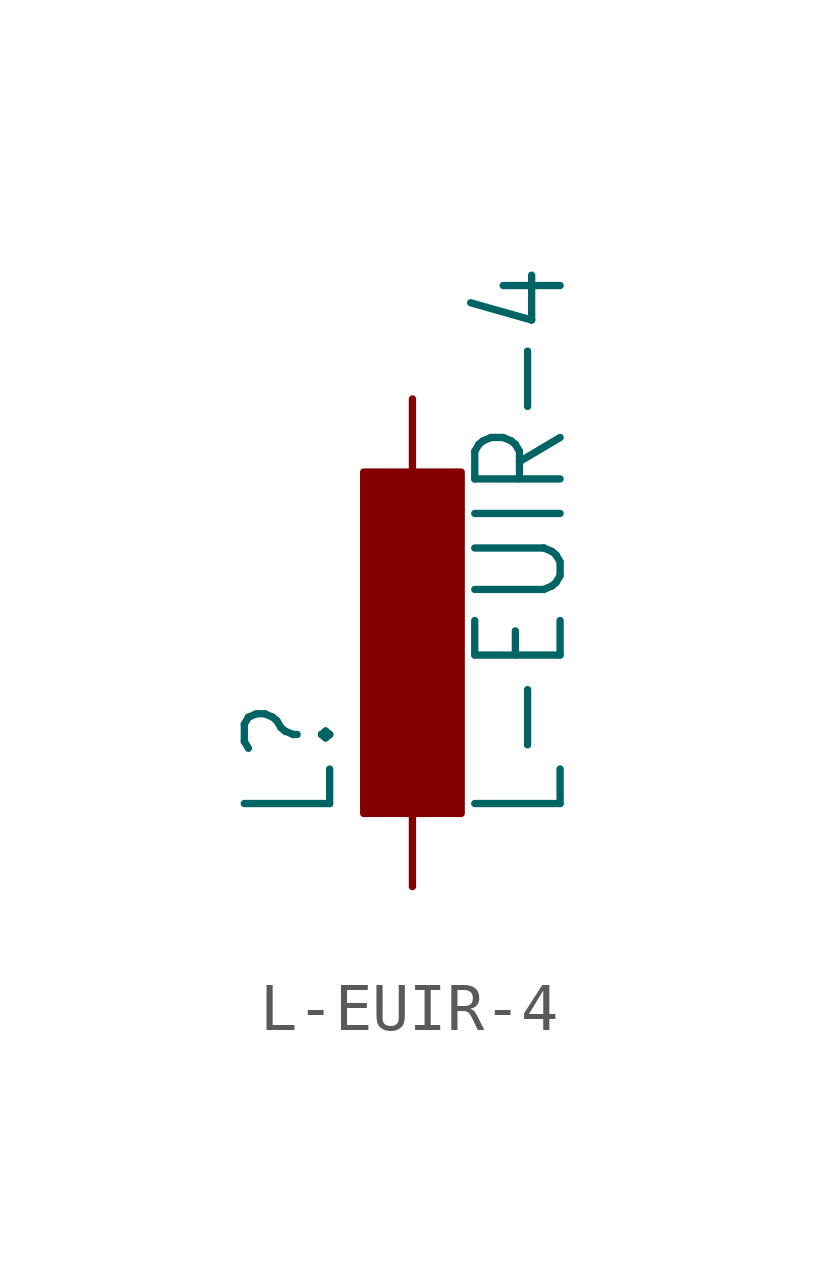
<source format=kicad_sym>
(kicad_symbol_lib
  (version 20211014)
  (generator kicad_symbol_editor)
  (symbol "L-EUIR-4"
    (property "Reference" "L"
      (at -1.499 -3.81 90)
      (effects (font (size 1.778 1.511)) (justify left bottom)))
    (property "Value" "L-EUIR-4"
      (at 3.302 -3.81 90)
      (effects (font (size 1.778 1.511)) (justify left bottom)))
    (property "ki_locked" ""
      (at 0 0 0)
      (effects (font (size 1.27 1.27))))
    (symbol "L-EUIR-4_1_0"
      (rectangle (start -1.016 -3.556) (end 1.016 3.556) (stroke (width 0) (type default) (color 0 0 0 0)) (fill (type outline)))
      (pin passive line (at 0 5.08 270) (length 2.54) (name "1" (effects (font (size 0 0)))) (number "1" (effects (font (size 0 0)))))
      (pin passive line (at 0 -5.08 90) (length 2.54) (name "2" (effects (font (size 0 0)))) (number "2" (effects (font (size 0 0))))))))
</source>
